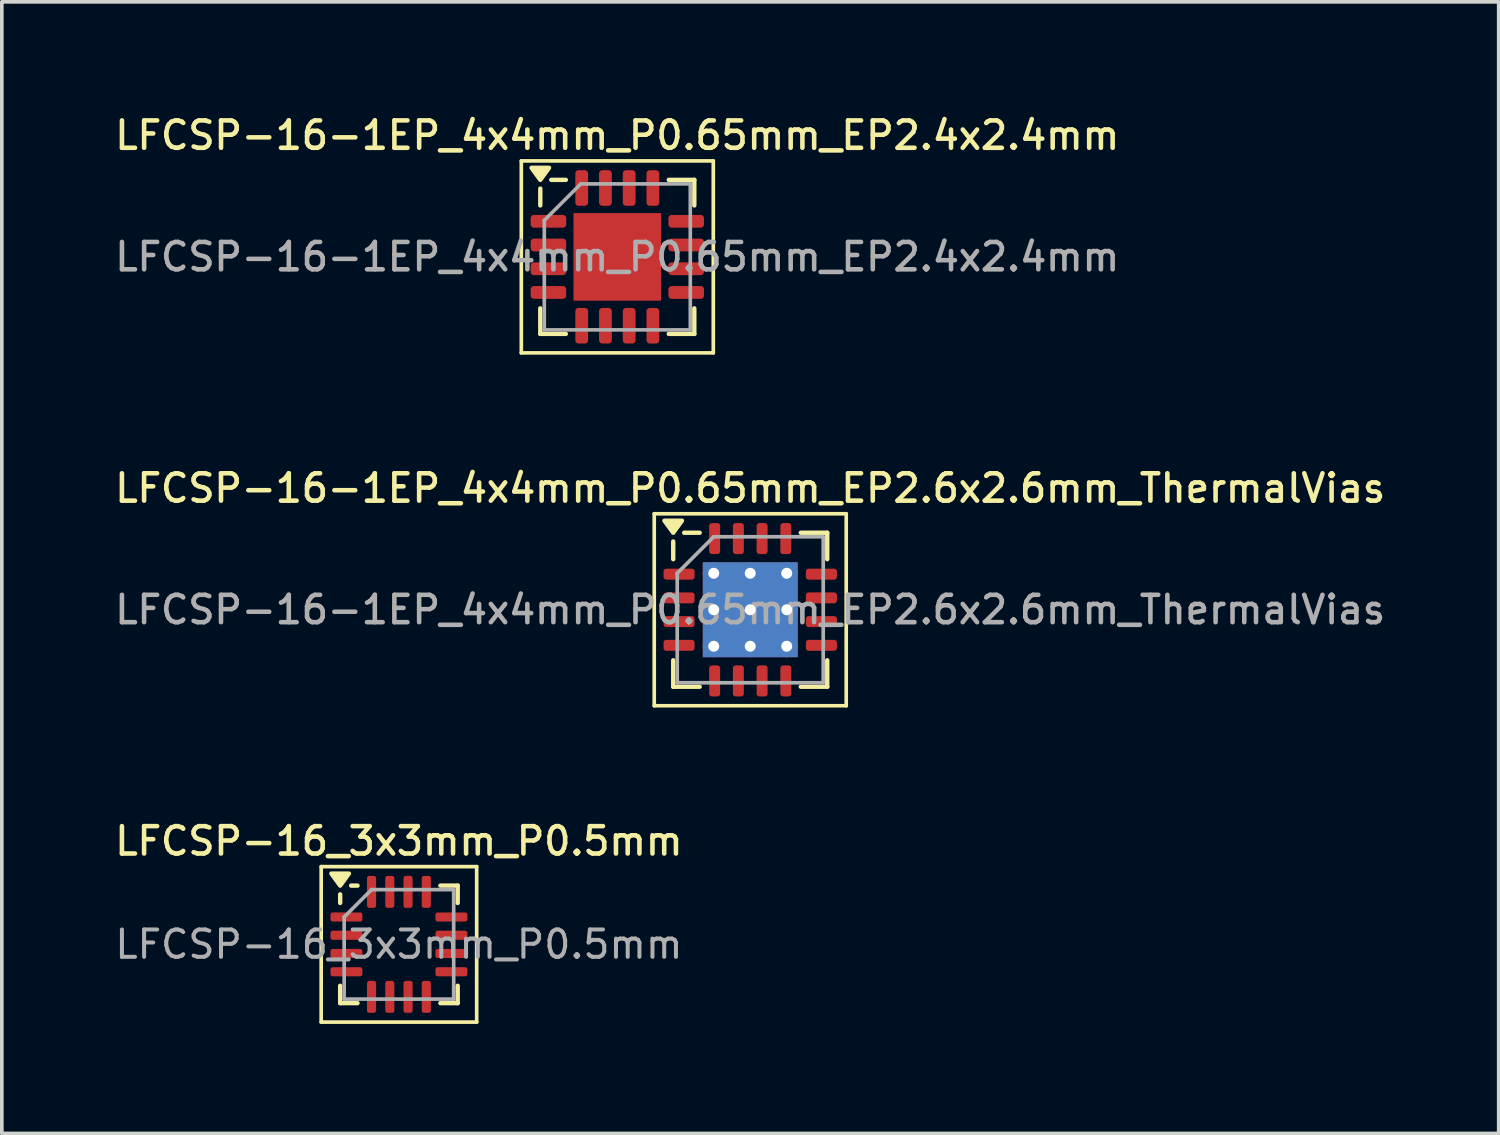
<source format=kicad_pcb>
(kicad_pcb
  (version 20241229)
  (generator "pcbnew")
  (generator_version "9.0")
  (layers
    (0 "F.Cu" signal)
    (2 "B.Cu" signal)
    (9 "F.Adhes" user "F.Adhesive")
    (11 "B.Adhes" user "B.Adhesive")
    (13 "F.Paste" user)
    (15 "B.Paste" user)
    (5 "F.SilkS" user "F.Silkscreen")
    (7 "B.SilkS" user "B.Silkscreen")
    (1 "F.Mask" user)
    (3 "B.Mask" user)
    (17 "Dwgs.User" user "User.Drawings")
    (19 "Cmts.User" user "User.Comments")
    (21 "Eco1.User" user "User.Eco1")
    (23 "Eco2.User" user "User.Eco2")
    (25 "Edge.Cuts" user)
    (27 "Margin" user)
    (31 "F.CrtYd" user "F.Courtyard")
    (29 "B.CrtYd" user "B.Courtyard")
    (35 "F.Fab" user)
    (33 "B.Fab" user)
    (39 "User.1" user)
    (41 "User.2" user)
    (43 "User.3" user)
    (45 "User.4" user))
  (footprint "LFCSP-16-1EP_4x4mm_P0.65mm_EP2.6x2.6mm_ThermalVias"
    (layer "F.Cu")
    (at 17.505 13.656)
    (property "Reference" "LFCSP-16-1EP_4x4mm_P0.65mm_EP2.6x2.6mm_ThermalVias" (at 0 -3.33 0) (layer "F.SilkS") (effects (font (size 0.75 0.75) (thickness 0.125))))
    (attr smd)
    (fp_line (start -2.63 -2.63) (end -2.63 2.63) (stroke (width 0.1) (type solid)) (layer "F.SilkS"))
    (fp_line (start -2.63 2.63) (end 2.63 2.63) (stroke (width 0.1) (type solid)) (layer "F.SilkS"))
    (fp_line (start -2.11 -1.385) (end -2.11 -1.87) (stroke (width 0.12) (type solid)) (layer "F.SilkS"))
    (fp_line (start -2.11 2.11) (end -2.11 1.385) (stroke (width 0.12) (type solid)) (layer "F.SilkS"))
    (fp_line (start -1.385 -2.11) (end -1.81 -2.11) (stroke (width 0.12) (type solid)) (layer "F.SilkS"))
    (fp_line (start -1.385 2.11) (end -2.11 2.11) (stroke (width 0.12) (type solid)) (layer "F.SilkS"))
    (fp_line (start 1.385 -2.11) (end 2.11 -2.11) (stroke (width 0.12) (type solid)) (layer "F.SilkS"))
    (fp_line (start 1.385 2.11) (end 2.11 2.11) (stroke (width 0.12) (type solid)) (layer "F.SilkS"))
    (fp_line (start 2.11 -2.11) (end 2.11 -1.385) (stroke (width 0.12) (type solid)) (layer "F.SilkS"))
    (fp_line (start 2.11 2.11) (end 2.11 1.385) (stroke (width 0.12) (type solid)) (layer "F.SilkS"))
    (fp_line (start 2.63 -2.63) (end -2.63 -2.63) (stroke (width 0.1) (type solid)) (layer "F.SilkS"))
    (fp_line (start 2.63 2.63) (end 2.63 -2.63) (stroke (width 0.1) (type solid)) (layer "F.SilkS"))
    (fp_poly (pts (xy -2.11 -2.11) (xy -2.35 -2.44) (xy -1.87 -2.44) (xy -2.11 -2.11)) (stroke (width 0.12) (type solid)) (fill yes) (layer "F.SilkS"))
    (fp_line (start -2 -1) (end -1 -2) (stroke (width 0.1) (type solid)) (layer "F.Fab"))
    (fp_line (start -2 2) (end -2 -1) (stroke (width 0.1) (type solid)) (layer "F.Fab"))
    (fp_line (start -1 -2) (end 2 -2) (stroke (width 0.1) (type solid)) (layer "F.Fab"))
    (fp_line (start 2 -2) (end 2 2) (stroke (width 0.1) (type solid)) (layer "F.Fab"))
    (fp_line (start 2 2) (end -2 2) (stroke (width 0.1) (type solid)) (layer "F.Fab"))
    (fp_text user "${REFERENCE}" (at 0 0 0) (layer "F.Fab") (effects (font (size 0.75 0.75) (thickness 0.125))))
    (pad "" smd roundrect (at -0.65 -0.65) (size 1.13 1.13) (layers "F.Paste") (roundrect_rratio 0.221))
    (pad "" smd roundrect (at -0.65 0.65) (size 1.13 1.13) (layers "F.Paste") (roundrect_rratio 0.221))
    (pad "" smd roundrect (at 0.65 -0.65) (size 1.13 1.13) (layers "F.Paste") (roundrect_rratio 0.221))
    (pad "" smd roundrect (at 0.65 0.65) (size 1.13 1.13) (layers "F.Paste") (roundrect_rratio 0.221))
    (pad "1" smd roundrect (at -1.95 -0.975) (size 0.85 0.3) (layers "F.Cu" "F.Mask" "F.Paste") (roundrect_rratio 0.25))
    (pad "2" smd roundrect (at -1.95 -0.325) (size 0.85 0.3) (layers "F.Cu" "F.Mask" "F.Paste") (roundrect_rratio 0.25))
    (pad "3" smd roundrect (at -1.95 0.325) (size 0.85 0.3) (layers "F.Cu" "F.Mask" "F.Paste") (roundrect_rratio 0.25))
    (pad "4" smd roundrect (at -1.95 0.975) (size 0.85 0.3) (layers "F.Cu" "F.Mask" "F.Paste") (roundrect_rratio 0.25))
    (pad "5" smd roundrect (at -0.975 1.95) (size 0.3 0.85) (layers "F.Cu" "F.Mask" "F.Paste") (roundrect_rratio 0.25))
    (pad "6" smd roundrect (at -0.325 1.95) (size 0.3 0.85) (layers "F.Cu" "F.Mask" "F.Paste") (roundrect_rratio 0.25))
    (pad "7" smd roundrect (at 0.325 1.95) (size 0.3 0.85) (layers "F.Cu" "F.Mask" "F.Paste") (roundrect_rratio 0.25))
    (pad "8" smd roundrect (at 0.975 1.95) (size 0.3 0.85) (layers "F.Cu" "F.Mask" "F.Paste") (roundrect_rratio 0.25))
    (pad "9" smd roundrect (at 1.95 0.975) (size 0.85 0.3) (layers "F.Cu" "F.Mask" "F.Paste") (roundrect_rratio 0.25))
    (pad "10" smd roundrect (at 1.95 0.325) (size 0.85 0.3) (layers "F.Cu" "F.Mask" "F.Paste") (roundrect_rratio 0.25))
    (pad "11" smd roundrect (at 1.95 -0.325) (size 0.85 0.3) (layers "F.Cu" "F.Mask" "F.Paste") (roundrect_rratio 0.25))
    (pad "12" smd roundrect (at 1.95 -0.975) (size 0.85 0.3) (layers "F.Cu" "F.Mask" "F.Paste") (roundrect_rratio 0.25))
    (pad "13" smd roundrect (at 0.975 -1.95) (size 0.3 0.85) (layers "F.Cu" "F.Mask" "F.Paste") (roundrect_rratio 0.25))
    (pad "14" smd roundrect (at 0.325 -1.95) (size 0.3 0.85) (layers "F.Cu" "F.Mask" "F.Paste") (roundrect_rratio 0.25))
    (pad "15" smd roundrect (at -0.325 -1.95) (size 0.3 0.85) (layers "F.Cu" "F.Mask" "F.Paste") (roundrect_rratio 0.25))
    (pad "16" smd roundrect (at -0.975 -1.95) (size 0.3 0.85) (layers "F.Cu" "F.Mask" "F.Paste") (roundrect_rratio 0.25))
    (pad "17" thru_hole circle (at -1 -1) (size 0.6 0.6) (drill 0.3) (property pad_prop_heatsink) (layers "*.Cu"))
    (pad "17" thru_hole circle (at -1 0) (size 0.6 0.6) (drill 0.3) (property pad_prop_heatsink) (layers "*.Cu"))
    (pad "17" thru_hole circle (at -1 1) (size 0.6 0.6) (drill 0.3) (property pad_prop_heatsink) (layers "*.Cu"))
    (pad "17" thru_hole circle (at 0 -1) (size 0.6 0.6) (drill 0.3) (property pad_prop_heatsink) (layers "*.Cu"))
    (pad "17" thru_hole circle (at 0 0) (size 0.6 0.6) (drill 0.3) (property pad_prop_heatsink) (layers "*.Cu"))
    (pad "17" smd rect (at 0 0) (size 2.6 2.6) (property pad_prop_heatsink) (layers "F.Cu" "F.Mask"))
    (pad "17" smd rect (at 0 0) (size 2.6 2.6) (property pad_prop_heatsink) (layers "B.Cu"))
    (pad "17" thru_hole circle (at 0 1) (size 0.6 0.6) (drill 0.3) (property pad_prop_heatsink) (layers "*.Cu"))
    (pad "17" thru_hole circle (at 1 -1) (size 0.6 0.6) (drill 0.3) (property pad_prop_heatsink) (layers "*.Cu"))
    (pad "17" thru_hole circle (at 1 0) (size 0.6 0.6) (drill 0.3) (property pad_prop_heatsink) (layers "*.Cu"))
    (pad "17" thru_hole circle (at 1 1) (size 0.6 0.6) (drill 0.3) (property pad_prop_heatsink) (layers "*.Cu")))
  (footprint "LFCSP-16_3x3mm_P0.5mm"
    (layer "F.Cu")
    (at 7.88 22.824)
    (property "Reference" "LFCSP-16_3x3mm_P0.5mm" (at 0 -2.83 0) (layer "F.SilkS") (effects (font (size 0.75 0.75) (thickness 0.125))))
    (attr smd)
    (fp_line (start -2.13 -2.13) (end -2.13 2.13) (stroke (width 0.1) (type solid)) (layer "F.SilkS"))
    (fp_line (start -2.13 2.13) (end 2.13 2.13) (stroke (width 0.1) (type solid)) (layer "F.SilkS"))
    (fp_line (start -1.61 -1.135) (end -1.61 -1.37) (stroke (width 0.12) (type solid)) (layer "F.SilkS"))
    (fp_line (start -1.61 1.61) (end -1.61 1.135) (stroke (width 0.12) (type solid)) (layer "F.SilkS"))
    (fp_line (start -1.135 -1.61) (end -1.31 -1.61) (stroke (width 0.12) (type solid)) (layer "F.SilkS"))
    (fp_line (start -1.135 1.61) (end -1.61 1.61) (stroke (width 0.12) (type solid)) (layer "F.SilkS"))
    (fp_line (start 1.135 -1.61) (end 1.61 -1.61) (stroke (width 0.12) (type solid)) (layer "F.SilkS"))
    (fp_line (start 1.135 1.61) (end 1.61 1.61) (stroke (width 0.12) (type solid)) (layer "F.SilkS"))
    (fp_line (start 1.61 -1.61) (end 1.61 -1.135) (stroke (width 0.12) (type solid)) (layer "F.SilkS"))
    (fp_line (start 1.61 1.61) (end 1.61 1.135) (stroke (width 0.12) (type solid)) (layer "F.SilkS"))
    (fp_line (start 2.13 -2.13) (end -2.13 -2.13) (stroke (width 0.1) (type solid)) (layer "F.SilkS"))
    (fp_line (start 2.13 2.13) (end 2.13 -2.13) (stroke (width 0.1) (type solid)) (layer "F.SilkS"))
    (fp_poly (pts (xy -1.61 -1.61) (xy -1.85 -1.94) (xy -1.37 -1.94) (xy -1.61 -1.61)) (stroke (width 0.12) (type solid)) (fill yes) (layer "F.SilkS"))
    (fp_line (start -1.5 -0.75) (end -0.75 -1.5) (stroke (width 0.1) (type solid)) (layer "F.Fab"))
    (fp_line (start -1.5 1.5) (end -1.5 -0.75) (stroke (width 0.1) (type solid)) (layer "F.Fab"))
    (fp_line (start -0.75 -1.5) (end 1.5 -1.5) (stroke (width 0.1) (type solid)) (layer "F.Fab"))
    (fp_line (start 1.5 -1.5) (end 1.5 1.5) (stroke (width 0.1) (type solid)) (layer "F.Fab"))
    (fp_line (start 1.5 1.5) (end -1.5 1.5) (stroke (width 0.1) (type solid)) (layer "F.Fab"))
    (fp_text user "${REFERENCE}" (at 0 0 0) (layer "F.Fab") (effects (font (size 0.75 0.75) (thickness 0.11))))
    (pad "1" smd roundrect (at -1.438 -0.75) (size 0.875 0.25) (layers "F.Cu" "F.Mask" "F.Paste") (roundrect_rratio 0.25))
    (pad "2" smd roundrect (at -1.438 -0.25) (size 0.875 0.25) (layers "F.Cu" "F.Mask" "F.Paste") (roundrect_rratio 0.25))
    (pad "3" smd roundrect (at -1.438 0.25) (size 0.875 0.25) (layers "F.Cu" "F.Mask" "F.Paste") (roundrect_rratio 0.25))
    (pad "4" smd roundrect (at -1.438 0.75) (size 0.875 0.25) (layers "F.Cu" "F.Mask" "F.Paste") (roundrect_rratio 0.25))
    (pad "5" smd roundrect (at -0.75 1.438) (size 0.25 0.875) (layers "F.Cu" "F.Mask" "F.Paste") (roundrect_rratio 0.25))
    (pad "6" smd roundrect (at -0.25 1.438) (size 0.25 0.875) (layers "F.Cu" "F.Mask" "F.Paste") (roundrect_rratio 0.25))
    (pad "7" smd roundrect (at 0.25 1.438) (size 0.25 0.875) (layers "F.Cu" "F.Mask" "F.Paste") (roundrect_rratio 0.25))
    (pad "8" smd roundrect (at 0.75 1.438) (size 0.25 0.875) (layers "F.Cu" "F.Mask" "F.Paste") (roundrect_rratio 0.25))
    (pad "9" smd roundrect (at 1.438 0.75) (size 0.875 0.25) (layers "F.Cu" "F.Mask" "F.Paste") (roundrect_rratio 0.25))
    (pad "10" smd roundrect (at 1.438 0.25) (size 0.875 0.25) (layers "F.Cu" "F.Mask" "F.Paste") (roundrect_rratio 0.25))
    (pad "11" smd roundrect (at 1.438 -0.25) (size 0.875 0.25) (layers "F.Cu" "F.Mask" "F.Paste") (roundrect_rratio 0.25))
    (pad "12" smd roundrect (at 1.438 -0.75) (size 0.875 0.25) (layers "F.Cu" "F.Mask" "F.Paste") (roundrect_rratio 0.25))
    (pad "13" smd roundrect (at 0.75 -1.438) (size 0.25 0.875) (layers "F.Cu" "F.Mask" "F.Paste") (roundrect_rratio 0.25))
    (pad "14" smd roundrect (at 0.25 -1.438) (size 0.25 0.875) (layers "F.Cu" "F.Mask" "F.Paste") (roundrect_rratio 0.25))
    (pad "15" smd roundrect (at -0.25 -1.438) (size 0.25 0.875) (layers "F.Cu" "F.Mask" "F.Paste") (roundrect_rratio 0.25))
    (pad "16" smd roundrect (at -0.75 -1.438) (size 0.25 0.875) (layers "F.Cu" "F.Mask" "F.Paste") (roundrect_rratio 0.25)))
  (footprint "LFCSP-16-1EP_4x4mm_P0.65mm_EP2.4x2.4mm"
    (layer "F.Cu")
    (at 13.863 3.988)
    (property "Reference" "LFCSP-16-1EP_4x4mm_P0.65mm_EP2.4x2.4mm" (at 0 -3.33 0) (layer "F.SilkS") (effects (font (size 0.75 0.75) (thickness 0.125))))
    (attr smd)
    (fp_line (start -2.63 -2.63) (end -2.63 2.63) (stroke (width 0.1) (type solid)) (layer "F.SilkS"))
    (fp_line (start -2.63 2.63) (end 2.63 2.63) (stroke (width 0.1) (type solid)) (layer "F.SilkS"))
    (fp_line (start -2.11 -1.41) (end -2.11 -1.87) (stroke (width 0.12) (type solid)) (layer "F.SilkS"))
    (fp_line (start -2.11 2.11) (end -2.11 1.41) (stroke (width 0.12) (type solid)) (layer "F.SilkS"))
    (fp_line (start -1.41 -2.11) (end -1.81 -2.11) (stroke (width 0.12) (type solid)) (layer "F.SilkS"))
    (fp_line (start -1.41 2.11) (end -2.11 2.11) (stroke (width 0.12) (type solid)) (layer "F.SilkS"))
    (fp_line (start 1.41 -2.11) (end 2.11 -2.11) (stroke (width 0.12) (type solid)) (layer "F.SilkS"))
    (fp_line (start 1.41 2.11) (end 2.11 2.11) (stroke (width 0.12) (type solid)) (layer "F.SilkS"))
    (fp_line (start 2.11 -2.11) (end 2.11 -1.41) (stroke (width 0.12) (type solid)) (layer "F.SilkS"))
    (fp_line (start 2.11 2.11) (end 2.11 1.41) (stroke (width 0.12) (type solid)) (layer "F.SilkS"))
    (fp_line (start 2.63 -2.63) (end -2.63 -2.63) (stroke (width 0.1) (type solid)) (layer "F.SilkS"))
    (fp_line (start 2.63 2.63) (end 2.63 -2.63) (stroke (width 0.1) (type solid)) (layer "F.SilkS"))
    (fp_poly (pts (xy -2.11 -2.11) (xy -2.35 -2.44) (xy -1.87 -2.44) (xy -2.11 -2.11)) (stroke (width 0.12) (type solid)) (fill yes) (layer "F.SilkS"))
    (fp_line (start -2 -1) (end -1 -2) (stroke (width 0.1) (type solid)) (layer "F.Fab"))
    (fp_line (start -2 2) (end -2 -1) (stroke (width 0.1) (type solid)) (layer "F.Fab"))
    (fp_line (start -1 -2) (end 2 -2) (stroke (width 0.1) (type solid)) (layer "F.Fab"))
    (fp_line (start 2 -2) (end 2 2) (stroke (width 0.1) (type solid)) (layer "F.Fab"))
    (fp_line (start 2 2) (end -2 2) (stroke (width 0.1) (type solid)) (layer "F.Fab"))
    (fp_text user "${REFERENCE}" (at 0 0 0) (layer "F.Fab") (effects (font (size 0.75 0.75) (thickness 0.125))))
    (pad "" smd roundrect (at -0.6 -0.6) (size 0.97 0.97) (layers "F.Paste") (roundrect_rratio 0.25))
    (pad "" smd roundrect (at -0.6 0.6) (size 0.97 0.97) (layers "F.Paste") (roundrect_rratio 0.25))
    (pad "" smd roundrect (at 0.6 -0.6) (size 0.97 0.97) (layers "F.Paste") (roundrect_rratio 0.25))
    (pad "" smd roundrect (at 0.6 0.6) (size 0.97 0.97) (layers "F.Paste") (roundrect_rratio 0.25))
    (pad "1" smd roundrect (at -1.887 -0.975) (size 0.975 0.35) (layers "F.Cu" "F.Mask" "F.Paste") (roundrect_rratio 0.25))
    (pad "2" smd roundrect (at -1.887 -0.325) (size 0.975 0.35) (layers "F.Cu" "F.Mask" "F.Paste") (roundrect_rratio 0.25))
    (pad "3" smd roundrect (at -1.887 0.325) (size 0.975 0.35) (layers "F.Cu" "F.Mask" "F.Paste") (roundrect_rratio 0.25))
    (pad "4" smd roundrect (at -1.887 0.975) (size 0.975 0.35) (layers "F.Cu" "F.Mask" "F.Paste") (roundrect_rratio 0.25))
    (pad "5" smd roundrect (at -0.975 1.887) (size 0.35 0.975) (layers "F.Cu" "F.Mask" "F.Paste") (roundrect_rratio 0.25))
    (pad "6" smd roundrect (at -0.325 1.887) (size 0.35 0.975) (layers "F.Cu" "F.Mask" "F.Paste") (roundrect_rratio 0.25))
    (pad "7" smd roundrect (at 0.325 1.887) (size 0.35 0.975) (layers "F.Cu" "F.Mask" "F.Paste") (roundrect_rratio 0.25))
    (pad "8" smd roundrect (at 0.975 1.887) (size 0.35 0.975) (layers "F.Cu" "F.Mask" "F.Paste") (roundrect_rratio 0.25))
    (pad "9" smd roundrect (at 1.887 0.975) (size 0.975 0.35) (layers "F.Cu" "F.Mask" "F.Paste") (roundrect_rratio 0.25))
    (pad "10" smd roundrect (at 1.887 0.325) (size 0.975 0.35) (layers "F.Cu" "F.Mask" "F.Paste") (roundrect_rratio 0.25))
    (pad "11" smd roundrect (at 1.887 -0.325) (size 0.975 0.35) (layers "F.Cu" "F.Mask" "F.Paste") (roundrect_rratio 0.25))
    (pad "12" smd roundrect (at 1.887 -0.975) (size 0.975 0.35) (layers "F.Cu" "F.Mask" "F.Paste") (roundrect_rratio 0.25))
    (pad "13" smd roundrect (at 0.975 -1.887) (size 0.35 0.975) (layers "F.Cu" "F.Mask" "F.Paste") (roundrect_rratio 0.25))
    (pad "14" smd roundrect (at 0.325 -1.887) (size 0.35 0.975) (layers "F.Cu" "F.Mask" "F.Paste") (roundrect_rratio 0.25))
    (pad "15" smd roundrect (at -0.325 -1.887) (size 0.35 0.975) (layers "F.Cu" "F.Mask" "F.Paste") (roundrect_rratio 0.25))
    (pad "16" smd roundrect (at -0.975 -1.887) (size 0.35 0.975) (layers "F.Cu" "F.Mask" "F.Paste") (roundrect_rratio 0.25))
    (pad "17" smd rect (at 0 0) (size 2.4 2.4) (property pad_prop_heatsink) (layers "F.Cu" "F.Mask")))
  (gr_rect
    (start -3 -3)
    (end 38.011 28.004)
    (stroke (width 0.1) (type default))
    (fill no)
    (layer "Edge.Cuts")))
</source>
